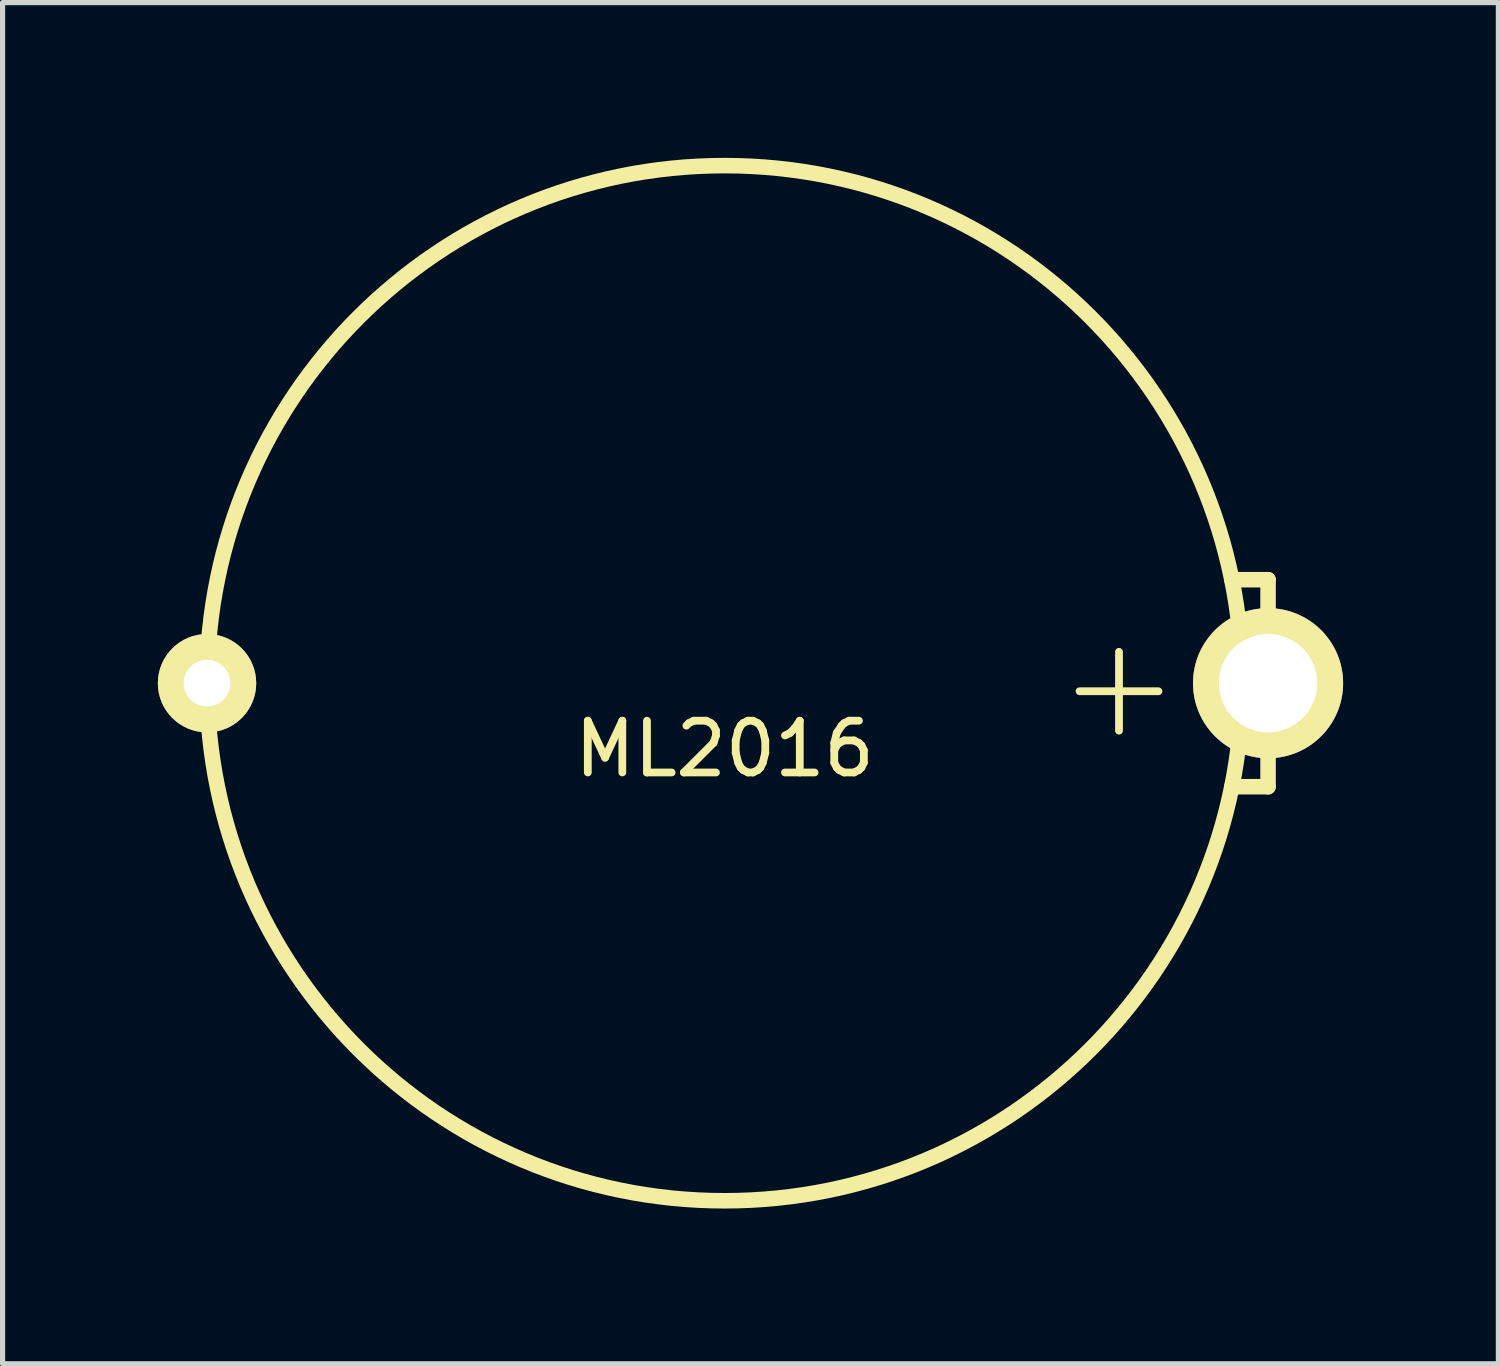
<source format=kicad_pcb>
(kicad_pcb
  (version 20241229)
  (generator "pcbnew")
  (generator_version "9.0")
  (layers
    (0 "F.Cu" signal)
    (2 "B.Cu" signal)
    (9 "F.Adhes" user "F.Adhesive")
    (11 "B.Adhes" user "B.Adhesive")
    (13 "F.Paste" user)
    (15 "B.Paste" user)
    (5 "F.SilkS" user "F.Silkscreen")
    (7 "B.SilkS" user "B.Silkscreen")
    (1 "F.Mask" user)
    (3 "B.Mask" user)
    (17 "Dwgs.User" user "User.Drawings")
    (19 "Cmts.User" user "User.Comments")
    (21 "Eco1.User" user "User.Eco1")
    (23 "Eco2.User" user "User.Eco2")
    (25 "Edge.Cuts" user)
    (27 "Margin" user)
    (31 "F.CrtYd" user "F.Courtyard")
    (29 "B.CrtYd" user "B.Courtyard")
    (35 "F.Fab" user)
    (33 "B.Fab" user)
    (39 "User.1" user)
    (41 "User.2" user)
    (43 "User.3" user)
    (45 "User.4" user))
  (footprint "ML2016"
    (layer "F.Cu")
    (at 10.95 10.15)
    (property "Reference" "ML2016" (at 0 1.27 0) (layer "F.SilkS") (effects (font (size 1 1) (thickness 0.15))))
    (attr through_hole)
    (fp_line (start 9.8 2) (end 10.5 2) (stroke (width 0.3) (type solid)) (layer "F.SilkS"))
    (fp_line (start 10.5 -2) (end 9.8 -2) (stroke (width 0.3) (type solid)) (layer "F.SilkS"))
    (fp_line (start 10.5 -2) (end 10.5 2) (stroke (width 0.3) (type solid)) (layer "F.SilkS"))
    (fp_circle (center 0 0) (end 10 0) (stroke (width 0.3) (type solid)) (fill no) (layer "F.SilkS"))
    (fp_text user "+" (at 7.62 0 0) (layer "F.SilkS") (effects (font (size 2 2) (thickness 0.15))))
    (pad "1" thru_hole circle (at 10.5 0) (size 2.9 2.9) (drill 1.9) (layers "*.Cu" "*.Mask" "F.SilkS"))
    (pad "2" thru_hole circle (at -10 0) (size 1.9 1.9) (drill 0.9) (layers "*.Cu" "*.Mask" "F.SilkS")))
  (gr_rect
    (start -3 -3)
    (end 25.9 23.3)
    (stroke (width 0.1) (type default))
    (fill no)
    (layer "Edge.Cuts")))
</source>
